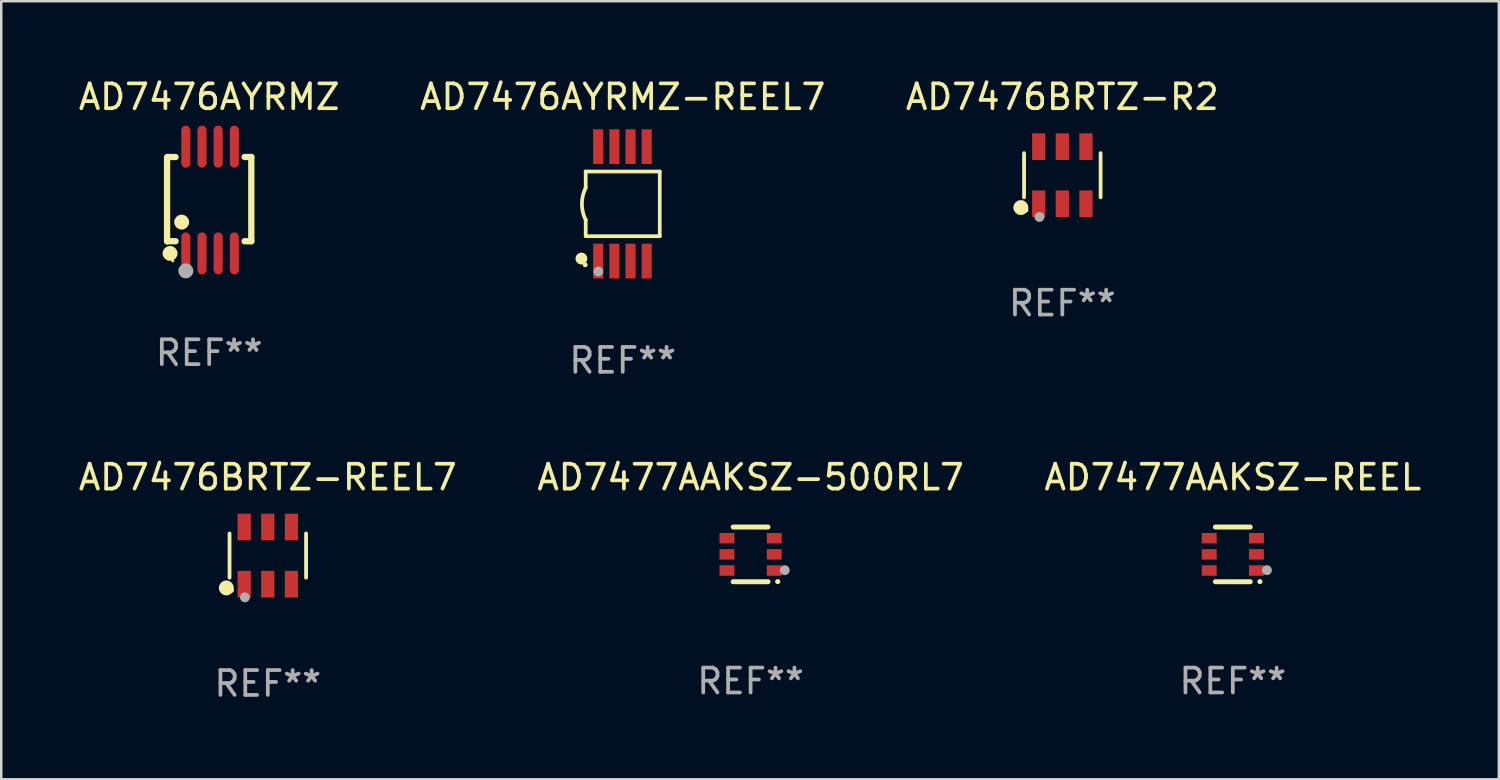
<source format=kicad_pcb>
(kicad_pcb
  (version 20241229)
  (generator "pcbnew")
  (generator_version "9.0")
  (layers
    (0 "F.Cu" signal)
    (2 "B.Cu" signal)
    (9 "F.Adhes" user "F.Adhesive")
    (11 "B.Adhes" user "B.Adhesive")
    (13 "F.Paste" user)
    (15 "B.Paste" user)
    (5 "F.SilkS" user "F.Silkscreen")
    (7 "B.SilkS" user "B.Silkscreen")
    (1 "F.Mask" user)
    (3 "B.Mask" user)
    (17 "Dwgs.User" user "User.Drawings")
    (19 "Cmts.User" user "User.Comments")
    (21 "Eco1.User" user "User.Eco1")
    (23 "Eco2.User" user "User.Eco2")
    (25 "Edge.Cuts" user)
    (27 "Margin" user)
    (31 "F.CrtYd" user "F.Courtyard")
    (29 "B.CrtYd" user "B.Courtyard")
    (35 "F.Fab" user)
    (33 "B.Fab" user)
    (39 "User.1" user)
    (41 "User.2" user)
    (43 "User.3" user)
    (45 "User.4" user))
  (footprint "AD7477AAKSZ-REEL"
    (layer "F.Cu")
    (at 46.53 19.245)
    (property "Reference" "AD7477AAKSZ-REEL" (at 0 -3.1 0) (layer "F.SilkS") (effects (font (size 1 1) (thickness 0.15))))
    (attr through_hole)
    (fp_line (start -0.7 -1.1) (end 0.7 -1.1) (stroke (width 0.2) (type solid)) (layer "F.SilkS"))
    (fp_line (start -0.7 1.1) (end 0.7 1.1) (stroke (width 0.2) (type solid)) (layer "F.SilkS"))
    (fp_arc (start 1.090932 1.094209) (mid 1.092202 1.094203) (end 1.093472 1.094209) (stroke (width 0.2) (type solid)) (layer "F.SilkS"))
    (fp_circle (center 1.053 1.1) (end 1.083 1.1) (stroke (width 0.06) (type solid)) (fill no) (layer "F.SilkS"))
    (fp_circle (center 1.372 0.635) (end 1.472 0.635) (stroke (width 0.2) (type solid)) (fill no) (layer "F.Fab"))
    (fp_text user "REF**" (at 0 5.1 0) (layer "F.Fab") (effects (font (size 1 1) (thickness 0.15))))
    (pad "1" smd rect (at 0.95 0.65 90) (size 0.42 0.6) (layers "F.Cu" "F.Mask" "F.Paste"))
    (pad "2" smd rect (at 0.95 0 90) (size 0.42 0.6) (layers "F.Cu" "F.Mask" "F.Paste"))
    (pad "3" smd rect (at 0.95 -0.65 90) (size 0.42 0.6) (layers "F.Cu" "F.Mask" "F.Paste"))
    (pad "4" smd rect (at -0.95 -0.65 270) (size 0.42 0.6) (layers "F.Cu" "F.Mask" "F.Paste"))
    (pad "5" smd rect (at -0.95 0 270) (size 0.42 0.6) (layers "F.Cu" "F.Mask" "F.Paste"))
    (pad "6" smd rect (at -0.95 0.65 270) (size 0.42 0.6) (layers "F.Cu" "F.Mask" "F.Paste")))
  (footprint "AD7476AYRMZ-REEL7"
    (layer "F.Cu")
    (at 21.994 5.148)
    (property "Reference" "AD7476AYRMZ-REEL7" (at 0 -4.3 0) (layer "F.SilkS") (effects (font (size 1 1) (thickness 0.15))))
    (attr through_hole)
    (fp_line (start -1.489 -1.3) (end -1.489 -0.648) (stroke (width 0.15) (type solid)) (layer "F.SilkS"))
    (fp_line (start -1.489 0.648) (end -1.489 1.3) (stroke (width 0.15) (type solid)) (layer "F.SilkS"))
    (fp_line (start -1.489 1.3) (end 1.489 1.3) (stroke (width 0.15) (type solid)) (layer "F.SilkS"))
    (fp_line (start 1.489 -1.3) (end -1.489 -1.3) (stroke (width 0.15) (type solid)) (layer "F.SilkS"))
    (fp_line (start 1.489 1.3) (end 1.489 -1.3) (stroke (width 0.15) (type solid)) (layer "F.SilkS"))
    (fp_arc (start -1.489205 0.647702) (mid -1.642107 0) (end -1.489205 -0.647701) (stroke (width 0.150013) (type solid)) (layer "F.SilkS"))
    (fp_circle (center -1.661 2.2) (end -1.541 2.2) (stroke (width 0.24) (type solid)) (fill no) (layer "F.SilkS"))
    (fp_circle (center -1.511 2.45) (end -1.461 2.45) (stroke (width 0.1) (type solid)) (fill no) (layer "F.SilkS"))
    (fp_circle (center -0.981 2.72) (end -0.881 2.72) (stroke (width 0.2) (type solid)) (fill no) (layer "F.Fab"))
    (fp_text user "REF**" (at 0 6.3 0) (layer "F.Fab") (effects (font (size 1 1) (thickness 0.15))))
    (pad "1" smd rect (at -0.986 2.3) (size 0.406 1.397) (layers "F.Cu" "F.Mask" "F.Paste"))
    (pad "2" smd rect (at -0.336 2.3) (size 0.406 1.397) (layers "F.Cu" "F.Mask" "F.Paste"))
    (pad "3" smd rect (at 0.314 2.3) (size 0.406 1.397) (layers "F.Cu" "F.Mask" "F.Paste"))
    (pad "4" smd rect (at 0.964 2.3) (size 0.406 1.397) (layers "F.Cu" "F.Mask" "F.Paste"))
    (pad "5" smd rect (at 0.964 -2.3) (size 0.406 1.397) (layers "F.Cu" "F.Mask" "F.Paste"))
    (pad "6" smd rect (at 0.314 -2.3) (size 0.406 1.397) (layers "F.Cu" "F.Mask" "F.Paste"))
    (pad "7" smd rect (at -0.336 -2.3) (size 0.406 1.397) (layers "F.Cu" "F.Mask" "F.Paste"))
    (pad "8" smd rect (at -0.986 -2.3) (size 0.406 1.397) (layers "F.Cu" "F.Mask" "F.Paste")))
  (footprint "AD7476AYRMZ"
    (layer "F.Cu")
    (at 5.363 4.994)
    (property "Reference" "AD7476AYRMZ" (at 0 -4.146 0) (layer "F.SilkS") (effects (font (size 1 1) (thickness 0.15))))
    (attr through_hole)
    (fp_line (start -1.694 -1.724) (end -1.694 1.652) (stroke (width 0.254) (type solid)) (layer "F.SilkS"))
    (fp_line (start -1.694 1.652) (end -1.688 1.658) (stroke (width 0.254) (type solid)) (layer "F.SilkS"))
    (fp_line (start -1.688 1.658) (end -1.353 1.658) (stroke (width 0.254) (type solid)) (layer "F.SilkS"))
    (fp_line (start -1.661 -1.73) (end -1.681 -1.71) (stroke (width 0.254) (type solid)) (layer "F.SilkS"))
    (fp_line (start -1.353 -1.73) (end -1.661 -1.73) (stroke (width 0.254) (type solid)) (layer "F.SilkS"))
    (fp_line (start 1.424 1.658) (end 1.694 1.658) (stroke (width 0.254) (type solid)) (layer "F.SilkS"))
    (fp_line (start 1.694 -1.73) (end 1.424 -1.73) (stroke (width 0.254) (type solid)) (layer "F.SilkS"))
    (fp_line (start 1.694 1.658) (end 1.694 -1.73) (stroke (width 0.254) (type solid)) (layer "F.SilkS"))
    (fp_circle (center -1.574 2.146) (end -1.424 2.146) (stroke (width 0.3) (type solid)) (fill no) (layer "F.SilkS"))
    (fp_circle (center -1.464 2.45) (end -1.434 2.45) (stroke (width 0.06) (type solid)) (fill no) (layer "F.SilkS"))
    (fp_circle (center -1.107 0.889) (end -0.957 0.889) (stroke (width 0.3) (type solid)) (fill no) (layer "F.SilkS"))
    (fp_circle (center -0.94 2.85) (end -0.789 2.85) (stroke (width 0.3) (type solid)) (fill no) (layer "F.Fab"))
    (fp_text user "REF**" (at 0 6.146 0) (layer "F.Fab") (effects (font (size 1 1) (thickness 0.15))))
    (pad "1" smd oval (at -0.94 2.146) (size 0.364 1.692) (layers "F.Cu" "F.Mask" "F.Paste"))
    (pad "2" smd oval (at -0.289 2.146) (size 0.364 1.692) (layers "F.Cu" "F.Mask" "F.Paste"))
    (pad "3" smd oval (at 0.361 2.146) (size 0.364 1.692) (layers "F.Cu" "F.Mask" "F.Paste"))
    (pad "4" smd oval (at 1.011 2.146) (size 0.364 1.692) (layers "F.Cu" "F.Mask" "F.Paste"))
    (pad "5" smd oval (at 1.011 -2.146) (size 0.364 1.692) (layers "F.Cu" "F.Mask" "F.Paste"))
    (pad "6" smd oval (at 0.361 -2.146) (size 0.364 1.692) (layers "F.Cu" "F.Mask" "F.Paste"))
    (pad "7" smd oval (at -0.289 -2.146) (size 0.364 1.692) (layers "F.Cu" "F.Mask" "F.Paste"))
    (pad "8" smd oval (at -0.94 -2.146) (size 0.364 1.692) (layers "F.Cu" "F.Mask" "F.Paste")))
  (footprint "AD7476BRTZ-R2"
    (layer "F.Cu")
    (at 39.673 3.997)
    (property "Reference" "AD7476BRTZ-R2" (at 0 -3.149 0) (layer "F.SilkS") (effects (font (size 1 1) (thickness 0.15))))
    (attr through_hole)
    (fp_line (start -1.539 0.889) (end -1.539 -0.889) (stroke (width 0.152) (type solid)) (layer "F.SilkS"))
    (fp_line (start 1.539 0.889) (end 1.539 -0.889) (stroke (width 0.152) (type solid)) (layer "F.SilkS"))
    (fp_circle (center -1.668 1.301) (end -1.518 1.301) (stroke (width 0.3) (type solid)) (fill no) (layer "F.SilkS"))
    (fp_circle (center -1.463 1.4) (end -1.413 1.4) (stroke (width 0.1) (type solid)) (fill no) (layer "F.SilkS"))
    (fp_circle (center -0.92 1.68) (end -0.82 1.68) (stroke (width 0.2) (type solid)) (fill no) (layer "F.Fab"))
    (fp_text user "REF**" (at 0 5.149 0) (layer "F.Fab") (effects (font (size 1 1) (thickness 0.15))))
    (pad "1" smd rect (at -0.95 1.149) (size 0.532 1.072) (layers "F.Cu" "F.Mask" "F.Paste"))
    (pad "2" smd rect (at 0 1.149) (size 0.532 1.072) (layers "F.Cu" "F.Mask" "F.Paste"))
    (pad "3" smd rect (at 0.95 1.149) (size 0.532 1.072) (layers "F.Cu" "F.Mask" "F.Paste"))
    (pad "4" smd rect (at 0.95 -1.149) (size 0.532 1.072) (layers "F.Cu" "F.Mask" "F.Paste"))
    (pad "5" smd rect (at 0 -1.149) (size 0.532 1.072) (layers "F.Cu" "F.Mask" "F.Paste"))
    (pad "6" smd rect (at -0.95 -1.149) (size 0.532 1.072) (layers "F.Cu" "F.Mask" "F.Paste")))
  (footprint "AD7476BRTZ-REEL7"
    (layer "F.Cu")
    (at 7.72 19.294)
    (property "Reference" "AD7476BRTZ-REEL7" (at 0 -3.149 0) (layer "F.SilkS") (effects (font (size 1 1) (thickness 0.15))))
    (attr through_hole)
    (fp_line (start -1.539 0.889) (end -1.539 -0.889) (stroke (width 0.152) (type solid)) (layer "F.SilkS"))
    (fp_line (start 1.539 0.889) (end 1.539 -0.889) (stroke (width 0.152) (type solid)) (layer "F.SilkS"))
    (fp_circle (center -1.668 1.301) (end -1.518 1.301) (stroke (width 0.3) (type solid)) (fill no) (layer "F.SilkS"))
    (fp_circle (center -1.463 1.4) (end -1.413 1.4) (stroke (width 0.1) (type solid)) (fill no) (layer "F.SilkS"))
    (fp_circle (center -0.92 1.68) (end -0.82 1.68) (stroke (width 0.2) (type solid)) (fill no) (layer "F.Fab"))
    (fp_text user "REF**" (at 0 5.149 0) (layer "F.Fab") (effects (font (size 1 1) (thickness 0.15))))
    (pad "1" smd rect (at -0.95 1.149) (size 0.532 1.072) (layers "F.Cu" "F.Mask" "F.Paste"))
    (pad "2" smd rect (at 0 1.149) (size 0.532 1.072) (layers "F.Cu" "F.Mask" "F.Paste"))
    (pad "3" smd rect (at 0.95 1.149) (size 0.532 1.072) (layers "F.Cu" "F.Mask" "F.Paste"))
    (pad "4" smd rect (at 0.95 -1.149) (size 0.532 1.072) (layers "F.Cu" "F.Mask" "F.Paste"))
    (pad "5" smd rect (at 0 -1.149) (size 0.532 1.072) (layers "F.Cu" "F.Mask" "F.Paste"))
    (pad "6" smd rect (at -0.95 -1.149) (size 0.532 1.072) (layers "F.Cu" "F.Mask" "F.Paste")))
  (footprint "AD7477AAKSZ-500RL7"
    (layer "F.Cu")
    (at 27.137 19.245)
    (property "Reference" "AD7477AAKSZ-500RL7" (at 0 -3.1 0) (layer "F.SilkS") (effects (font (size 1 1) (thickness 0.15))))
    (attr through_hole)
    (fp_line (start -0.7 -1.1) (end 0.7 -1.1) (stroke (width 0.2) (type solid)) (layer "F.SilkS"))
    (fp_line (start -0.7 1.1) (end 0.7 1.1) (stroke (width 0.2) (type solid)) (layer "F.SilkS"))
    (fp_arc (start 1.090932 1.094209) (mid 1.092202 1.094203) (end 1.093472 1.094209) (stroke (width 0.2) (type solid)) (layer "F.SilkS"))
    (fp_circle (center 1.053 1.1) (end 1.083 1.1) (stroke (width 0.06) (type solid)) (fill no) (layer "F.SilkS"))
    (fp_circle (center 1.372 0.635) (end 1.472 0.635) (stroke (width 0.2) (type solid)) (fill no) (layer "F.Fab"))
    (fp_text user "REF**" (at 0 5.1 0) (layer "F.Fab") (effects (font (size 1 1) (thickness 0.15))))
    (pad "1" smd rect (at 0.95 0.65 90) (size 0.42 0.6) (layers "F.Cu" "F.Mask" "F.Paste"))
    (pad "2" smd rect (at 0.95 0 90) (size 0.42 0.6) (layers "F.Cu" "F.Mask" "F.Paste"))
    (pad "3" smd rect (at 0.95 -0.65 90) (size 0.42 0.6) (layers "F.Cu" "F.Mask" "F.Paste"))
    (pad "4" smd rect (at -0.95 -0.65 270) (size 0.42 0.6) (layers "F.Cu" "F.Mask" "F.Paste"))
    (pad "5" smd rect (at -0.95 0 270) (size 0.42 0.6) (layers "F.Cu" "F.Mask" "F.Paste"))
    (pad "6" smd rect (at -0.95 0.65 270) (size 0.42 0.6) (layers "F.Cu" "F.Mask" "F.Paste")))
  (gr_rect
    (start -3 -3)
    (end 57.226 28.291)
    (stroke (width 0.1) (type default))
    (fill no)
    (layer "Edge.Cuts")))
</source>
